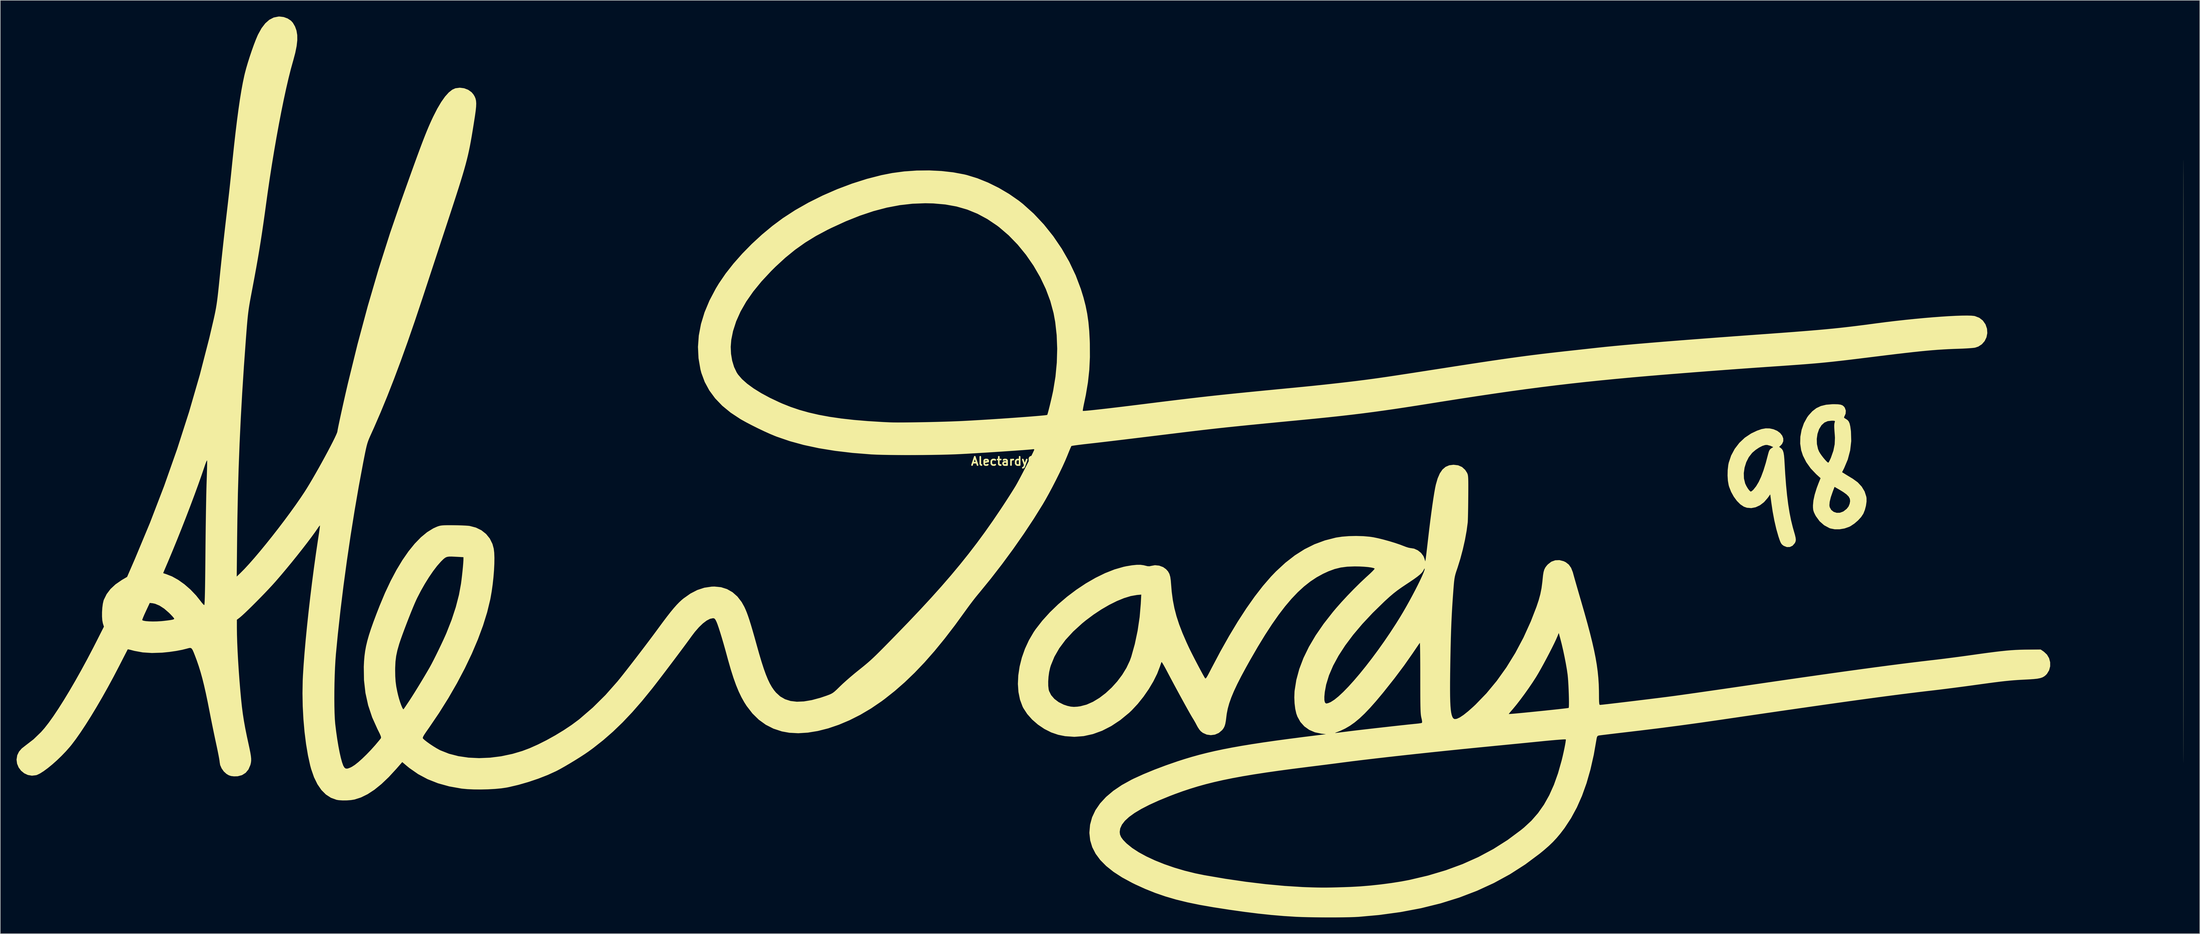
<source format=kicad_pcb>
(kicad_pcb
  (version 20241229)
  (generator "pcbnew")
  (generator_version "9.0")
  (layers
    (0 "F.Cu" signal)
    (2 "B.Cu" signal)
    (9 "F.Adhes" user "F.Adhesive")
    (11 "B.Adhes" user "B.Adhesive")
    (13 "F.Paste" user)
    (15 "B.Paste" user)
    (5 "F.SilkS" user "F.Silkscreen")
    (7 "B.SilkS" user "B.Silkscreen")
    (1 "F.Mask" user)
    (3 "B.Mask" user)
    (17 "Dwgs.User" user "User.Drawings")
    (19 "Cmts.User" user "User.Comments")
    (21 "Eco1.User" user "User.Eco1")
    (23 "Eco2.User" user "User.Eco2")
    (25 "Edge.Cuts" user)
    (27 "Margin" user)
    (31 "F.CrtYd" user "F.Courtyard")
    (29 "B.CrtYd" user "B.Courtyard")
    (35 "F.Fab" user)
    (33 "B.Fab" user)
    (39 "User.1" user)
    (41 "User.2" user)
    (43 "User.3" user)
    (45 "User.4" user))
  (footprint "Alectardy98"
    (layer "F.Cu")
    (at 182.751 82.084)
    (property "Reference" "Alectardy98" (at 0 0 0) (layer "F.SilkS") (effects (font (size 1.524 1.524) (thickness 0.3))))
    (attr board_only exclude_from_pos_files exclude_from_bom)
    (fp_poly (pts (xy 216.871 -55.55) (xy 216.873 -55.245) (xy 216.874 -54.706) (xy 216.875 -53.932) (xy 216.877 -52.918) (xy 216.879 -51.663) (xy 216.88 -50.164) (xy 216.882 -48.419) (xy 216.883 -46.423) (xy 216.884 -45.053) (xy 216.887 -41.079) (xy 216.889 -36.877) (xy 216.891 -32.474) (xy 216.893 -27.895) (xy 216.894 -23.168) (xy 216.896 -18.319) (xy 216.896 -13.373) (xy 216.897 -8.358) (xy 216.897 -3.299) (xy 216.897 1.777) (xy 216.897 6.844) (xy 216.897 11.875) (xy 216.896 16.844) (xy 216.895 21.725) (xy 216.893 26.492) (xy 216.892 31.117) (xy 216.89 35.576) (xy 216.888 39.841) (xy 216.885 43.887) (xy 216.884 45.053) (xy 216.883 47.205) (xy 216.881 49.106) (xy 216.879 50.759) (xy 216.878 52.165) (xy 216.876 53.329) (xy 216.875 54.252) (xy 216.873 54.937) (xy 216.872 55.387) (xy 216.871 55.606) (xy 216.869 55.594) (xy 216.868 55.357) (xy 216.867 54.895) (xy 216.865 54.211) (xy 216.864 53.309) (xy 216.863 52.192) (xy 216.862 50.861) (xy 216.861 49.32) (xy 216.86 47.571) (xy 216.859 45.617) (xy 216.858 43.461) (xy 216.857 41.105) (xy 216.856 38.553) (xy 216.856 35.806) (xy 216.855 32.869) (xy 216.854 29.742) (xy 216.854 26.43) (xy 216.853 22.935) (xy 216.853 19.259) (xy 216.853 15.406) (xy 216.852 11.377) (xy 216.852 7.177) (xy 216.852 2.806) (xy 216.852 0) (xy 216.852 -4.474) (xy 216.852 -8.781) (xy 216.853 -12.917) (xy 216.853 -16.88) (xy 216.853 -20.667) (xy 216.854 -24.275) (xy 216.854 -27.701) (xy 216.855 -30.944) (xy 216.855 -33.999) (xy 216.856 -36.865) (xy 216.857 -39.538) (xy 216.857 -42.017) (xy 216.858 -44.298) (xy 216.859 -46.378) (xy 216.86 -48.255) (xy 216.861 -49.925) (xy 216.862 -51.388) (xy 216.863 -52.638) (xy 216.865 -53.675) (xy 216.866 -54.495) (xy 216.867 -55.095) (xy 216.868 -55.473) (xy 216.87 -55.625)) (stroke (width 0) (type solid)) (fill yes) (layer "F.SilkS"))
    (fp_poly (pts (xy 140.557 -6.07) (xy 141.273 -5.916) (xy 141.964 -5.621) (xy 142.507 -5.217) (xy 142.886 -4.739) (xy 143.083 -4.221) (xy 143.082 -3.7) (xy 142.867 -3.209) (xy 142.653 -2.967) (xy 142.322 -2.659) (xy 142.599 -2.465) (xy 142.835 -2.256) (xy 143.01 -1.98) (xy 143.135 -1.594) (xy 143.223 -1.056) (xy 143.286 -0.326) (xy 143.308 0.064) (xy 143.443 2.353) (xy 143.599 4.415) (xy 143.782 6.273) (xy 143.994 7.955) (xy 144.239 9.484) (xy 144.52 10.886) (xy 144.84 12.187) (xy 145.033 12.864) (xy 145.234 13.564) (xy 145.354 14.075) (xy 145.397 14.45) (xy 145.368 14.74) (xy 145.269 14.996) (xy 145.207 15.108) (xy 144.807 15.571) (xy 144.306 15.815) (xy 143.749 15.83) (xy 143.18 15.608) (xy 143.101 15.557) (xy 142.888 15.393) (xy 142.72 15.201) (xy 142.57 14.928) (xy 142.409 14.521) (xy 142.21 13.928) (xy 142.186 13.855) (xy 141.796 12.495) (xy 141.437 10.941) (xy 141.121 9.251) (xy 140.893 7.721) (xy 140.679 6.107) (xy 140.198 6.778) (xy 139.536 7.538) (xy 138.791 8.109) (xy 137.995 8.48) (xy 137.179 8.638) (xy 136.376 8.573) (xy 135.807 8.373) (xy 135.161 7.943) (xy 134.531 7.311) (xy 133.952 6.525) (xy 133.462 5.638) (xy 133.094 4.698) (xy 133.012 4.41) (xy 132.868 3.587) (xy 132.808 2.623) (xy 132.819 2.181) (xy 135.801 2.181) (xy 135.831 3.171) (xy 136.05 4.071) (xy 136.089 4.169) (xy 136.298 4.6) (xy 136.55 5.015) (xy 136.802 5.354) (xy 137.011 5.557) (xy 137.09 5.588) (xy 137.268 5.502) (xy 137.517 5.291) (xy 137.567 5.239) (xy 138.073 4.608) (xy 138.546 3.819) (xy 138.995 2.854) (xy 139.428 1.692) (xy 139.853 0.315) (xy 140.278 -1.297) (xy 140.278 -1.297) (xy 140.42 -1.796) (xy 140.571 -2.114) (xy 140.769 -2.323) (xy 140.861 -2.387) (xy 141.235 -2.623) (xy 140.726 -2.853) (xy 140.109 -3.022) (xy 139.751 -3.007) (xy 139.235 -2.845) (xy 138.629 -2.535) (xy 138.007 -2.12) (xy 137.442 -1.647) (xy 137.318 -1.524) (xy 136.718 -0.751) (xy 136.257 0.163) (xy 135.947 1.159) (xy 135.801 2.181) (xy 132.819 2.181) (xy 132.832 1.618) (xy 132.94 0.671) (xy 133.025 0.254) (xy 133.467 -1.062) (xy 134.126 -2.293) (xy 134.976 -3.404) (xy 135.987 -4.357) (xy 137.132 -5.119) (xy 137.254 -5.183) (xy 138.235 -5.649) (xy 139.081 -5.946) (xy 139.84 -6.084)) (stroke (width 0) (type solid)) (fill yes) (layer "F.SilkS"))
    (fp_poly (pts (xy 153.162 -10.522) (xy 153.663 -10.453) (xy 154.018 -10.317) (xy 154.279 -10.096) (xy 154.436 -9.877) (xy 154.618 -9.358) (xy 154.581 -8.789) (xy 154.371 -8.309) (xy 154.284 -8.129) (xy 154.342 -7.996) (xy 154.585 -7.84) (xy 154.653 -7.803) (xy 154.945 -7.603) (xy 155.163 -7.336) (xy 155.324 -6.956) (xy 155.446 -6.421) (xy 155.545 -5.687) (xy 155.567 -5.479) (xy 155.619 -3.739) (xy 155.422 -2.016) (xy 154.98 -0.334) (xy 154.312 1.256) (xy 153.931 2.01) (xy 154.531 2.384) (xy 154.97 2.655) (xy 155.499 2.975) (xy 155.907 3.219) (xy 156.818 3.884) (xy 157.551 4.677) (xy 158.085 5.567) (xy 158.394 6.521) (xy 158.437 6.787) (xy 158.442 7.431) (xy 158.335 8.19) (xy 158.135 8.962) (xy 157.864 9.645) (xy 157.846 9.681) (xy 157.444 10.289) (xy 156.871 10.914) (xy 156.2 11.492) (xy 155.5 11.958) (xy 155.235 12.094) (xy 154.385 12.393) (xy 153.472 12.546) (xy 152.575 12.548) (xy 151.773 12.393) (xy 151.599 12.33) (xy 150.615 11.8) (xy 149.78 11.066) (xy 149.099 10.132) (xy 148.941 9.842) (xy 148.727 9.388) (xy 148.609 9.002) (xy 148.562 8.567) (xy 148.558 8.128) (xy 148.558 8.123) (xy 151.588 8.123) (xy 151.644 8.464) (xy 151.933 8.975) (xy 152.378 9.328) (xy 152.925 9.506) (xy 153.519 9.496) (xy 154.108 9.282) (xy 154.242 9.199) (xy 154.774 8.779) (xy 155.116 8.347) (xy 155.327 7.832) (xy 155.412 7.342) (xy 155.358 6.911) (xy 155.143 6.509) (xy 154.746 6.106) (xy 154.146 5.671) (xy 153.558 5.31) (xy 152.542 4.717) (xy 152.206 5.598) (xy 151.848 6.635) (xy 151.642 7.477) (xy 151.588 8.123) (xy 148.558 8.123) (xy 148.643 7.219) (xy 148.875 6.147) (xy 149.245 4.946) (xy 149.601 4.002) (xy 149.961 3.111) (xy 149.146 2.369) (xy 148.143 1.316) (xy 147.322 0.162) (xy 146.708 -1.052) (xy 146.384 -2.04) (xy 146.201 -3.267) (xy 146.223 -4.13) (xy 149.259 -4.13) (xy 149.289 -3.176) (xy 149.489 -2.272) (xy 149.67 -1.829) (xy 149.876 -1.474) (xy 150.167 -1.054) (xy 150.501 -0.622) (xy 150.835 -0.229) (xy 151.127 0.076) (xy 151.336 0.239) (xy 151.385 0.254) (xy 151.478 0.145) (xy 151.634 -0.144) (xy 151.825 -0.559) (xy 151.882 -0.694) (xy 152.323 -1.949) (xy 152.562 -3.139) (xy 152.613 -4.34) (xy 152.584 -4.826) (xy 152.521 -5.622) (xy 152.487 -6.21) (xy 152.481 -6.634) (xy 152.504 -6.938) (xy 152.555 -7.165) (xy 152.569 -7.207) (xy 152.612 -7.375) (xy 152.548 -7.46) (xy 152.324 -7.49) (xy 152.023 -7.493) (xy 151.276 -7.411) (xy 150.672 -7.149) (xy 150.156 -6.68) (xy 150.132 -6.652) (xy 149.687 -5.933) (xy 149.394 -5.07) (xy 149.259 -4.13) (xy 146.223 -4.13) (xy 146.233 -4.545) (xy 146.466 -5.818) (xy 146.889 -7.029) (xy 147.489 -8.12) (xy 147.745 -8.471) (xy 148.438 -9.236) (xy 149.18 -9.808) (xy 150.013 -10.203) (xy 150.976 -10.44) (xy 152.113 -10.537) (xy 152.461 -10.541)) (stroke (width 0) (type solid)) (fill yes) (layer "F.SilkS"))
    (fp_poly (pts (xy 83.121 0.739) (xy 83.834 1.052) (xy 84.411 1.579) (xy 84.746 2.095) (xy 84.82 2.247) (xy 84.879 2.406) (xy 84.923 2.604) (xy 84.956 2.868) (xy 84.977 3.229) (xy 84.99 3.717) (xy 84.994 4.361) (xy 84.993 5.19) (xy 84.987 6.235) (xy 84.984 6.604) (xy 84.975 7.624) (xy 84.963 8.593) (xy 84.947 9.475) (xy 84.93 10.23) (xy 84.912 10.822) (xy 84.893 11.213) (xy 84.886 11.303) (xy 84.681 12.844) (xy 84.374 14.528) (xy 83.98 16.275) (xy 83.52 18.004) (xy 83.011 19.637) (xy 82.941 19.841) (xy 82.76 20.373) (xy 82.623 20.821) (xy 82.519 21.242) (xy 82.439 21.689) (xy 82.372 22.218) (xy 82.31 22.884) (xy 82.243 23.744) (xy 82.236 23.841) (xy 82.125 25.373) (xy 82.03 26.824) (xy 81.95 28.238) (xy 81.881 29.661) (xy 81.823 31.135) (xy 81.773 32.707) (xy 81.73 34.421) (xy 81.692 36.32) (xy 81.673 37.401) (xy 81.646 39.224) (xy 81.631 40.81) (xy 81.628 42.178) (xy 81.638 43.344) (xy 81.663 44.327) (xy 81.703 45.144) (xy 81.759 45.813) (xy 81.832 46.352) (xy 81.923 46.777) (xy 82.033 47.106) (xy 82.163 47.357) (xy 82.207 47.422) (xy 82.469 47.576) (xy 82.876 47.524) (xy 83.427 47.267) (xy 84.119 46.807) (xy 84.333 46.637) (xy 92.456 46.637) (xy 92.577 46.637) (xy 92.919 46.613) (xy 93.452 46.568) (xy 94.144 46.506) (xy 94.963 46.428) (xy 95.879 46.339) (xy 96.861 46.241) (xy 97.876 46.138) (xy 98.895 46.034) (xy 99.886 45.93) (xy 100.818 45.831) (xy 101.66 45.739) (xy 102.38 45.658) (xy 102.947 45.591) (xy 103.33 45.541) (xy 103.498 45.511) (xy 103.503 45.509) (xy 103.535 45.348) (xy 103.552 44.976) (xy 103.556 44.434) (xy 103.548 43.765) (xy 103.528 43.011) (xy 103.5 42.213) (xy 103.463 41.414) (xy 103.419 40.656) (xy 103.369 39.98) (xy 103.316 39.429) (xy 103.309 39.37) (xy 103.174 38.431) (xy 102.982 37.323) (xy 102.75 36.123) (xy 102.492 34.905) (xy 102.223 33.745) (xy 101.972 32.766) (xy 101.677 31.686) (xy 101.423 32.322) (xy 101.181 32.879) (xy 100.835 33.611) (xy 100.409 34.471) (xy 99.927 35.415) (xy 99.412 36.396) (xy 98.89 37.37) (xy 98.383 38.29) (xy 97.916 39.111) (xy 97.512 39.788) (xy 97.468 39.858) (xy 96.832 40.842) (xy 96.115 41.895) (xy 95.358 42.961) (xy 94.6 43.985) (xy 93.882 44.911) (xy 93.245 45.684) (xy 93.142 45.803) (xy 92.825 46.17) (xy 92.586 46.458) (xy 92.464 46.62) (xy 92.456 46.637) (xy 84.333 46.637) (xy 84.952 46.144) (xy 85.924 45.28) (xy 86.335 44.893) (xy 88.339 42.82) (xy 90.235 40.529) (xy 92.013 38.04) (xy 93.66 35.369) (xy 95.166 32.534) (xy 96.519 29.554) (xy 97.563 26.86) (xy 97.974 25.632) (xy 98.277 24.522) (xy 98.495 23.431) (xy 98.649 22.26) (xy 98.689 21.851) (xy 98.773 21.051) (xy 98.871 20.448) (xy 99.004 19.986) (xy 99.192 19.608) (xy 99.453 19.258) (xy 99.677 19.013) (xy 100.304 18.528) (xy 101.022 18.268) (xy 101.793 18.236) (xy 102.579 18.437) (xy 102.968 18.627) (xy 103.528 19.063) (xy 103.955 19.668) (xy 104.272 20.475) (xy 104.331 20.69) (xy 104.416 21.006) (xy 104.563 21.531) (xy 104.761 22.229) (xy 105.001 23.065) (xy 105.272 24.005) (xy 105.564 25.014) (xy 105.785 25.77) (xy 106.42 27.973) (xy 106.974 29.962) (xy 107.451 31.762) (xy 107.857 33.398) (xy 108.195 34.894) (xy 108.472 36.275) (xy 108.691 37.566) (xy 108.857 38.793) (xy 108.975 39.979) (xy 109.051 41.151) (xy 109.087 42.332) (xy 109.093 43.049) (xy 109.098 43.813) (xy 109.113 44.353) (xy 109.143 44.703) (xy 109.189 44.894) (xy 109.254 44.957) (xy 109.262 44.958) (xy 109.449 44.943) (xy 109.859 44.9) (xy 110.465 44.832) (xy 111.238 44.743) (xy 112.149 44.636) (xy 113.17 44.515) (xy 114.274 44.383) (xy 115.431 44.244) (xy 116.613 44.1) (xy 117.791 43.956) (xy 118.938 43.814) (xy 120.026 43.679) (xy 121.024 43.553) (xy 121.906 43.44) (xy 122.492 43.364) (xy 123.185 43.271) (xy 124.101 43.144) (xy 125.21 42.989) (xy 126.484 42.808) (xy 127.894 42.607) (xy 129.41 42.389) (xy 131.004 42.159) (xy 132.646 41.921) (xy 134.309 41.678) (xy 135.763 41.465) (xy 139.548 40.91) (xy 143.096 40.394) (xy 146.419 39.914) (xy 149.531 39.469) (xy 152.446 39.057) (xy 155.176 38.676) (xy 157.735 38.325) (xy 160.135 38.001) (xy 162.391 37.702) (xy 164.516 37.428) (xy 166.522 37.176) (xy 168.424 36.944) (xy 170.233 36.73) (xy 171.006 36.641) (xy 171.931 36.532) (xy 173.038 36.394) (xy 174.26 36.237) (xy 175.528 36.07) (xy 176.772 35.901) (xy 177.863 35.749) (xy 179.504 35.518) (xy 180.927 35.326) (xy 182.165 35.167) (xy 183.25 35.04) (xy 184.215 34.94) (xy 185.094 34.866) (xy 185.918 34.812) (xy 186.72 34.778) (xy 187.534 34.758) (xy 188.087 34.752) (xy 190.564 34.734) (xy 191.154 35.145) (xy 191.724 35.682) (xy 192.109 36.344) (xy 192.304 37.079) (xy 192.307 37.837) (xy 192.113 38.569) (xy 191.717 39.224) (xy 191.495 39.459) (xy 191.206 39.694) (xy 190.88 39.875) (xy 190.476 40.012) (xy 189.955 40.114) (xy 189.276 40.19) (xy 188.4 40.249) (xy 187.96 40.272) (xy 187.091 40.316) (xy 186.293 40.363) (xy 185.53 40.418) (xy 184.765 40.484) (xy 183.961 40.566) (xy 183.08 40.666) (xy 182.086 40.79) (xy 180.943 40.94) (xy 179.612 41.122) (xy 178.499 41.276) (xy 177.26 41.446) (xy 175.922 41.625) (xy 174.549 41.804) (xy 173.21 41.975) (xy 171.97 42.13) (xy 170.895 42.259) (xy 170.625 42.29) (xy 169.227 42.453) (xy 167.788 42.625) (xy 166.294 42.809) (xy 164.733 43.005) (xy 163.091 43.217) (xy 161.356 43.445) (xy 159.515 43.692) (xy 157.556 43.959) (xy 155.464 44.248) (xy 153.229 44.561) (xy 150.835 44.899) (xy 148.272 45.265) (xy 145.526 45.66) (xy 142.584 46.085) (xy 139.434 46.544) (xy 136.062 47.036) (xy 132.457 47.565) (xy 131.255 47.742) (xy 127.555 48.275) (xy 123.954 48.769) (xy 120.354 49.237) (xy 116.657 49.693) (xy 114.3 49.971) (xy 113.189 50.101) (xy 112.151 50.224) (xy 111.212 50.336) (xy 110.402 50.435) (xy 109.751 50.515) (xy 109.286 50.574) (xy 109.036 50.609) (xy 109.009 50.614) (xy 108.814 50.72) (xy 108.698 50.976) (xy 108.652 51.212) (xy 108.136 54.164) (xy 107.519 56.894) (xy 106.797 59.415) (xy 105.964 61.741) (xy 105.015 63.885) (xy 103.945 65.861) (xy 102.749 67.683) (xy 101.97 68.705) (xy 101.294 69.511) (xy 100.607 70.249) (xy 99.855 70.972) (xy 98.984 71.733) (xy 98.161 72.409) (xy 95.493 74.4) (xy 92.681 76.205) (xy 89.718 77.824) (xy 86.602 79.258) (xy 83.327 80.511) (xy 79.888 81.583) (xy 76.281 82.475) (xy 72.502 83.191) (xy 68.545 83.73) (xy 64.77 84.07) (xy 64.026 84.109) (xy 63.074 84.14) (xy 61.957 84.161) (xy 60.722 84.174) (xy 59.412 84.177) (xy 58.073 84.173) (xy 56.75 84.159) (xy 55.488 84.137) (xy 54.331 84.107) (xy 53.325 84.068) (xy 53.15 84.059) (xy 50.948 83.921) (xy 48.66 83.726) (xy 46.253 83.471) (xy 43.699 83.152) (xy 40.964 82.766) (xy 38.019 82.309) (xy 37.91 82.291) (xy 35.435 81.858) (xy 33.172 81.39) (xy 31.081 80.876) (xy 29.121 80.302) (xy 27.251 79.657) (xy 25.431 78.928) (xy 23.619 78.104) (xy 22.987 77.794) (xy 21.147 76.797) (xy 19.557 75.765) (xy 18.214 74.693) (xy 17.115 73.581) (xy 16.258 72.423) (xy 15.641 71.218) (xy 15.26 69.963) (xy 15.115 68.655) (xy 15.113 68.487) (xy 15.121 68.398) (xy 20.701 68.398) (xy 20.761 68.883) (xy 20.96 69.355) (xy 21.322 69.857) (xy 21.875 70.432) (xy 22.017 70.565) (xy 23.005 71.365) (xy 24.218 72.155) (xy 25.63 72.924) (xy 27.21 73.66) (xy 28.932 74.352) (xy 30.766 74.987) (xy 32.686 75.556) (xy 34.661 76.045) (xy 36.322 76.383) (xy 40.186 77.044) (xy 43.956 77.596) (xy 47.603 78.037) (xy 51.096 78.362) (xy 54.405 78.569) (xy 55.245 78.603) (xy 56.233 78.635) (xy 57.131 78.657) (xy 57.989 78.668) (xy 58.856 78.667) (xy 59.782 78.654) (xy 60.817 78.629) (xy 62.009 78.592) (xy 63.309 78.545) (xy 65.071 78.449) (xy 66.964 78.291) (xy 68.908 78.08) (xy 70.826 77.827) (xy 72.64 77.54) (xy 74.105 77.263) (xy 77.57 76.447) (xy 80.843 75.472) (xy 83.935 74.335) (xy 86.855 73.03) (xy 89.614 71.552) (xy 92.223 69.897) (xy 94.691 68.06) (xy 95.265 67.591) (xy 96.628 66.33) (xy 97.851 64.927) (xy 98.946 63.366) (xy 99.919 61.631) (xy 100.782 59.705) (xy 101.541 57.572) (xy 102.208 55.216) (xy 102.217 55.181) (xy 102.402 54.416) (xy 102.575 53.65) (xy 102.728 52.927) (xy 102.852 52.289) (xy 102.938 51.779) (xy 102.979 51.441) (xy 102.974 51.327) (xy 102.843 51.315) (xy 102.489 51.328) (xy 101.943 51.364) (xy 101.235 51.419) (xy 100.395 51.491) (xy 99.454 51.579) (xy 98.87 51.636) (xy 97.71 51.752) (xy 96.368 51.885) (xy 94.913 52.029) (xy 93.416 52.176) (xy 91.946 52.32) (xy 90.573 52.454) (xy 90.043 52.505) (xy 87.005 52.803) (xy 83.997 53.104) (xy 81.039 53.407) (xy 78.154 53.708) (xy 75.364 54.006) (xy 72.69 54.298) (xy 70.155 54.581) (xy 67.781 54.854) (xy 65.589 55.113) (xy 63.601 55.357) (xy 61.839 55.583) (xy 61.468 55.632) (xy 60.869 55.711) (xy 60.067 55.814) (xy 59.114 55.936) (xy 58.057 56.07) (xy 56.949 56.209) (xy 55.837 56.348) (xy 55.499 56.39) (xy 52.659 56.752) (xy 50.052 57.101) (xy 47.658 57.443) (xy 45.455 57.782) (xy 43.423 58.122) (xy 41.543 58.469) (xy 39.793 58.825) (xy 38.152 59.195) (xy 36.6 59.584) (xy 35.117 59.996) (xy 33.683 60.436) (xy 32.275 60.907) (xy 30.875 61.414) (xy 29.879 61.796) (xy 27.901 62.607) (xy 26.171 63.394) (xy 24.686 64.159) (xy 23.442 64.904) (xy 22.435 65.633) (xy 21.661 66.347) (xy 21.117 67.051) (xy 20.798 67.747) (xy 20.701 68.398) (xy 15.121 68.398) (xy 15.237 67.069) (xy 15.608 65.703) (xy 16.224 64.392) (xy 17.082 63.138) (xy 18.181 61.945) (xy 19.517 60.814) (xy 21.089 59.749) (xy 22.894 58.753) (xy 23.305 58.552) (xy 25.098 57.737) (xy 27.093 56.914) (xy 29.239 56.105) (xy 31.357 55.371) (xy 32.672 54.947) (xy 33.995 54.55) (xy 35.346 54.175) (xy 36.743 53.82) (xy 38.207 53.479) (xy 39.755 53.151) (xy 41.407 52.83) (xy 43.182 52.514) (xy 45.099 52.2) (xy 47.178 51.882) (xy 49.437 51.559) (xy 51.896 51.226) (xy 54.573 50.879) (xy 56.896 50.589) (xy 58.737 50.362) (xy 57.889 50.265) (xy 57.248 50.13) (xy 60.418 50.13) (xy 60.486 50.14) (xy 60.752 50.109) (xy 60.77 50.106) (xy 61.071 50.068) (xy 61.567 50.005) (xy 62.201 49.925) (xy 62.915 49.836) (xy 63.309 49.787) (xy 64.013 49.701) (xy 64.886 49.597) (xy 65.891 49.48) (xy 66.993 49.353) (xy 68.156 49.22) (xy 69.345 49.086) (xy 70.523 48.954) (xy 71.656 48.828) (xy 72.708 48.713) (xy 73.643 48.611) (xy 74.425 48.529) (xy 75.018 48.468) (xy 75.33 48.439) (xy 75.812 48.388) (xy 76.198 48.332) (xy 76.416 48.281) (xy 76.431 48.274) (xy 76.48 48.097) (xy 76.425 47.696) (xy 76.349 47.37) (xy 76.301 47.157) (xy 76.26 46.909) (xy 76.227 46.603) (xy 76.2 46.217) (xy 76.179 45.727) (xy 76.163 45.111) (xy 76.151 44.346) (xy 76.143 43.41) (xy 76.139 42.279) (xy 76.137 40.931) (xy 76.136 39.98) (xy 76.135 38.718) (xy 76.131 37.54) (xy 76.124 36.468) (xy 76.115 35.526) (xy 76.104 34.735) (xy 76.091 34.121) (xy 76.077 33.706) (xy 76.062 33.513) (xy 76.057 33.503) (xy 75.963 33.632) (xy 75.752 33.937) (xy 75.448 34.381) (xy 75.078 34.927) (xy 74.736 35.433) (xy 73.156 37.689) (xy 71.375 40.066) (xy 69.406 42.548) (xy 69.162 42.847) (xy 67.962 44.28) (xy 66.87 45.513) (xy 65.865 46.565) (xy 64.925 47.453) (xy 64.028 48.196) (xy 63.154 48.814) (xy 62.281 49.323) (xy 61.388 49.743) (xy 60.929 49.924) (xy 60.562 50.063) (xy 60.418 50.13) (xy 57.248 50.13) (xy 56.706 50.016) (xy 55.656 49.564) (xy 54.756 48.922) (xy 54.024 48.105) (xy 53.478 47.125) (xy 53.269 46.545) (xy 53.075 45.679) (xy 52.951 44.658) (xy 52.905 43.577) (xy 52.91 43.446) (xy 58.445 43.446) (xy 58.451 44.079) (xy 58.545 44.488) (xy 58.728 44.68) (xy 58.839 44.698) (xy 59.119 44.637) (xy 59.496 44.488) (xy 59.65 44.413) (xy 60.305 43.992) (xy 61.072 43.369) (xy 61.936 42.562) (xy 62.883 41.588) (xy 63.897 40.464) (xy 64.965 39.21) (xy 66.072 37.842) (xy 67.203 36.379) (xy 68.344 34.839) (xy 69.48 33.239) (xy 70.596 31.597) (xy 71.679 29.931) (xy 72.419 28.744) (xy 72.973 27.818) (xy 73.542 26.831) (xy 74.111 25.811) (xy 74.666 24.786) (xy 75.193 23.785) (xy 75.677 22.834) (xy 76.104 21.963) (xy 76.46 21.2) (xy 76.73 20.572) (xy 76.901 20.107) (xy 76.957 19.836) (xy 76.914 19.786) (xy 76.812 19.946) (xy 76.784 20.007) (xy 76.629 20.292) (xy 76.399 20.585) (xy 76.067 20.908) (xy 75.609 21.28) (xy 74.999 21.724) (xy 74.212 22.261) (xy 73.589 22.672) (xy 72.675 23.284) (xy 71.9 23.837) (xy 71.192 24.389) (xy 70.475 25) (xy 69.676 25.727) (xy 69.491 25.9) (xy 67.358 27.983) (xy 65.446 30.026) (xy 63.758 32.025) (xy 62.297 33.976) (xy 61.066 35.873) (xy 60.067 37.714) (xy 59.304 39.493) (xy 58.779 41.207) (xy 58.525 42.581) (xy 58.445 43.446) (xy 52.91 43.446) (xy 52.943 42.527) (xy 52.962 42.323) (xy 53.278 40.337) (xy 53.82 38.333) (xy 54.591 36.303) (xy 55.595 34.24) (xy 56.834 32.139) (xy 58.312 29.992) (xy 60.033 27.794) (xy 60.621 27.095) (xy 61.614 25.97) (xy 62.722 24.775) (xy 63.883 23.576) (xy 65.035 22.434) (xy 66.115 21.416) (xy 66.407 21.152) (xy 66.893 20.706) (xy 67.294 20.315) (xy 67.579 20.013) (xy 67.718 19.83) (xy 67.723 19.794) (xy 67.496 19.69) (xy 67.058 19.596) (xy 66.452 19.514) (xy 65.722 19.451) (xy 64.911 19.411) (xy 64.062 19.398) (xy 64.008 19.398) (xy 62.665 19.449) (xy 61.476 19.602) (xy 60.356 19.878) (xy 59.219 20.295) (xy 58.203 20.763) (xy 57.014 21.416) (xy 55.848 22.193) (xy 54.693 23.105) (xy 53.542 24.163) (xy 52.384 25.38) (xy 51.211 26.765) (xy 50.014 28.33) (xy 48.783 30.087) (xy 47.508 32.047) (xy 46.182 34.22) (xy 44.794 36.619) (xy 44.002 38.036) (xy 43.12 39.669) (xy 42.379 41.123) (xy 41.77 42.422) (xy 41.282 43.593) (xy 40.905 44.659) (xy 40.631 45.646) (xy 40.447 46.578) (xy 40.381 47.085) (xy 40.285 47.867) (xy 40.179 48.452) (xy 40.045 48.894) (xy 39.866 49.249) (xy 39.624 49.574) (xy 39.58 49.624) (xy 38.974 50.135) (xy 38.265 50.441) (xy 37.505 50.542) (xy 36.744 50.434) (xy 36.035 50.116) (xy 35.642 49.809) (xy 35.382 49.5) (xy 35.1 49.071) (xy 34.934 48.768) (xy 34.663 48.254) (xy 34.338 47.688) (xy 34.142 47.371) (xy 33.95 47.052) (xy 33.656 46.541) (xy 33.278 45.869) (xy 32.833 45.069) (xy 32.339 44.17) (xy 31.812 43.207) (xy 31.271 42.21) (xy 30.732 41.211) (xy 30.214 40.241) (xy 29.733 39.334) (xy 29.395 38.691) (xy 29.079 38.099) (xy 28.803 37.606) (xy 28.586 37.247) (xy 28.45 37.057) (xy 28.416 37.04) (xy 28.347 37.212) (xy 28.231 37.545) (xy 28.133 37.846) (xy 27.619 39.189) (xy 26.918 40.604) (xy 26.064 42.04) (xy 25.091 43.445) (xy 24.035 44.767) (xy 22.928 45.955) (xy 22.437 46.42) (xy 20.81 47.759) (xy 19.15 48.86) (xy 17.466 49.723) (xy 15.764 50.343) (xy 14.053 50.719) (xy 12.341 50.849) (xy 10.635 50.73) (xy 9.367 50.476) (xy 8.073 50.034) (xy 6.811 49.396) (xy 5.625 48.595) (xy 4.555 47.665) (xy 3.643 46.637) (xy 2.932 45.547) (xy 2.787 45.261) (xy 2.315 43.993) (xy 2.029 42.59) (xy 1.925 41.081) (xy 1.946 40.631) (xy 7.516 40.631) (xy 7.524 41.438) (xy 7.602 42.109) (xy 7.673 42.387) (xy 8.056 43.154) (xy 8.656 43.848) (xy 9.44 44.442) (xy 10.374 44.91) (xy 11.063 45.138) (xy 11.678 45.274) (xy 12.251 45.322) (xy 12.885 45.285) (xy 13.447 45.206) (xy 14.596 44.904) (xy 15.775 44.382) (xy 16.957 43.666) (xy 18.114 42.783) (xy 19.22 41.76) (xy 20.245 40.624) (xy 21.164 39.401) (xy 21.947 38.118) (xy 22.569 36.802) (xy 22.834 36.068) (xy 23.486 33.736) (xy 24.007 31.265) (xy 24.38 28.743) (xy 24.589 26.301) (xy 24.678 24.598) (xy 23.863 24.674) (xy 22.749 24.868) (xy 21.508 25.247) (xy 20.17 25.795) (xy 18.766 26.496) (xy 17.324 27.334) (xy 15.874 28.295) (xy 14.448 29.363) (xy 13.78 29.909) (xy 12.121 31.421) (xy 10.714 32.951) (xy 9.56 34.501) (xy 8.658 36.072) (xy 8.007 37.664) (xy 7.873 38.1) (xy 7.693 38.893) (xy 7.573 39.76) (xy 7.516 40.631) (xy 1.946 40.631) (xy 1.999 39.497) (xy 2.244 37.868) (xy 2.655 36.226) (xy 3.229 34.599) (xy 3.958 33.019) (xy 4.839 31.515) (xy 5.201 30.986) (xy 6.43 29.407) (xy 7.823 27.869) (xy 9.353 26.392) (xy 10.989 24.996) (xy 12.702 23.703) (xy 14.463 22.531) (xy 16.244 21.503) (xy 18.014 20.637) (xy 19.744 19.954) (xy 21.406 19.475) (xy 21.907 19.369) (xy 22.962 19.193) (xy 23.821 19.104) (xy 24.527 19.1) (xy 25.123 19.181) (xy 25.34 19.236) (xy 25.834 19.355) (xy 26.192 19.371) (xy 26.449 19.312) (xy 27.205 19.175) (xy 27.988 19.253) (xy 28.722 19.531) (xy 29.253 19.914) (xy 29.614 20.318) (xy 29.866 20.77) (xy 30.031 21.329) (xy 30.131 22.055) (xy 30.159 22.424) (xy 30.296 24.078) (xy 30.503 25.627) (xy 30.793 27.117) (xy 31.178 28.596) (xy 31.672 30.112) (xy 32.288 31.711) (xy 33.038 33.441) (xy 33.46 34.353) (xy 33.73 34.911) (xy 34.075 35.6) (xy 34.469 36.372) (xy 34.889 37.181) (xy 35.308 37.978) (xy 35.701 38.714) (xy 36.043 39.342) (xy 36.31 39.813) (xy 36.402 39.968) (xy 36.47 40.055) (xy 36.544 40.071) (xy 36.642 39.99) (xy 36.783 39.785) (xy 36.985 39.431) (xy 37.265 38.902) (xy 37.632 38.19) (xy 39.265 35.101) (xy 40.882 32.228) (xy 42.478 29.576) (xy 44.051 27.151) (xy 45.597 24.958) (xy 47.113 23.002) (xy 48.595 21.288) (xy 49.523 20.322) (xy 51.26 18.718) (xy 53.008 17.356) (xy 54.789 16.225) (xy 56.625 15.31) (xy 58.537 14.602) (xy 60.547 14.086) (xy 60.639 14.068) (xy 61.728 13.905) (xy 62.976 13.808) (xy 64.298 13.778) (xy 65.61 13.815) (xy 66.824 13.921) (xy 67.498 14.022) (xy 68.376 14.206) (xy 69.385 14.456) (xy 70.444 14.75) (xy 71.475 15.065) (xy 72.398 15.377) (xy 73.011 15.613) (xy 73.501 15.799) (xy 73.941 15.937) (xy 74.247 16.001) (xy 74.281 16.003) (xy 75 16.118) (xy 75.686 16.434) (xy 76.278 16.905) (xy 76.716 17.49) (xy 76.885 17.893) (xy 77.059 18.479) (xy 77.132 18.034) (xy 77.165 17.791) (xy 77.223 17.334) (xy 77.3 16.702) (xy 77.391 15.931) (xy 77.493 15.062) (xy 77.597 14.161) (xy 77.791 12.507) (xy 77.988 10.92) (xy 78.184 9.427) (xy 78.374 8.055) (xy 78.555 6.829) (xy 78.724 5.778) (xy 78.876 4.927) (xy 79.003 4.318) (xy 79.339 3.153) (xy 79.744 2.223) (xy 80.228 1.517) (xy 80.801 1.026) (xy 81.473 0.736) (xy 82.255 0.638) (xy 82.268 0.638)) (stroke (width 0) (type solid)) (fill yes) (layer "F.SilkS"))
    (fp_poly (pts (xy -133.472 -81.987) (xy -132.745 -81.718) (xy -132.132 -81.312) (xy -131.785 -80.929) (xy -131.387 -80.24) (xy -131.119 -79.491) (xy -130.981 -78.659) (xy -130.972 -77.715) (xy -131.093 -76.634) (xy -131.343 -75.39) (xy -131.722 -73.957) (xy -131.774 -73.781) (xy -132.174 -72.336) (xy -132.593 -70.663) (xy -133.027 -68.788) (xy -133.47 -66.736) (xy -133.918 -64.531) (xy -134.367 -62.199) (xy -134.811 -59.765) (xy -135.246 -57.253) (xy -135.667 -54.69) (xy -136.068 -52.101) (xy -136.447 -49.509) (xy -136.655 -48.006) (xy -136.941 -45.915) (xy -137.208 -44.024) (xy -137.463 -42.283) (xy -137.715 -40.639) (xy -137.972 -39.041) (xy -138.243 -37.437) (xy -138.536 -35.776) (xy -138.859 -34.006) (xy -139.221 -32.076) (xy -139.379 -31.242) (xy -139.556 -30.305) (xy -139.704 -29.498) (xy -139.827 -28.778) (xy -139.931 -28.104) (xy -140.021 -27.433) (xy -140.103 -26.722) (xy -140.181 -25.93) (xy -140.26 -25.014) (xy -140.347 -23.933) (xy -140.445 -22.643) (xy -140.453 -22.543) (xy -140.818 -17.491) (xy -141.131 -12.632) (xy -141.396 -7.913) (xy -141.616 -3.279) (xy -141.791 1.326) (xy -141.926 5.956) (xy -142.021 10.665) (xy -142.067 14.097) (xy -142.143 21.273) (xy -141.481 20.637) (xy -140.719 19.868) (xy -139.839 18.914) (xy -138.864 17.804) (xy -137.817 16.566) (xy -136.72 15.229) (xy -135.594 13.82) (xy -134.464 12.369) (xy -133.349 10.902) (xy -132.274 9.448) (xy -131.26 8.037) (xy -130.33 6.694) (xy -129.636 5.652) (xy -129.195 4.955) (xy -128.698 4.138) (xy -128.16 3.226) (xy -127.595 2.246) (xy -127.016 1.224) (xy -126.439 0.186) (xy -125.877 -0.842) (xy -125.344 -1.832) (xy -124.856 -2.76) (xy -124.426 -3.599) (xy -124.068 -4.322) (xy -123.797 -4.904) (xy -123.626 -5.317) (xy -123.571 -5.53) (xy -123.544 -5.721) (xy -123.466 -6.129) (xy -123.345 -6.723) (xy -123.187 -7.473) (xy -122.999 -8.348) (xy -122.787 -9.317) (xy -122.558 -10.351) (xy -122.319 -11.418) (xy -122.077 -12.488) (xy -121.837 -13.53) (xy -121.646 -14.351) (xy -119.865 -21.607) (xy -117.975 -28.648) (xy -115.974 -35.488) (xy -113.855 -42.145) (xy -111.962 -47.659) (xy -111.204 -49.793) (xy -110.522 -51.703) (xy -109.911 -53.408) (xy -109.364 -54.924) (xy -108.874 -56.268) (xy -108.435 -57.458) (xy -108.041 -58.51) (xy -107.684 -59.442) (xy -107.359 -60.27) (xy -107.059 -61.012) (xy -106.777 -61.685) (xy -106.507 -62.305) (xy -106.243 -62.891) (xy -105.978 -63.458) (xy -105.906 -63.609) (xy -105.158 -65.077) (xy -104.428 -66.313) (xy -103.721 -67.313) (xy -103.038 -68.073) (xy -102.384 -68.59) (xy -101.811 -68.845) (xy -101.007 -68.948) (xy -100.202 -68.846) (xy -99.455 -68.561) (xy -98.826 -68.112) (xy -98.484 -67.706) (xy -98.261 -67.332) (xy -98.103 -66.955) (xy -98.007 -66.537) (xy -97.971 -66.039) (xy -97.995 -65.424) (xy -98.076 -64.652) (xy -98.212 -63.685) (xy -98.282 -63.235) (xy -98.472 -62.03) (xy -98.647 -60.942) (xy -98.813 -59.95) (xy -98.975 -59.032) (xy -99.138 -58.166) (xy -99.31 -57.33) (xy -99.494 -56.502) (xy -99.699 -55.66) (xy -99.928 -54.783) (xy -100.188 -53.849) (xy -100.485 -52.836) (xy -100.825 -51.721) (xy -101.212 -50.484) (xy -101.654 -49.102) (xy -102.156 -47.553) (xy -102.723 -45.816) (xy -103.362 -43.869) (xy -103.651 -42.989) (xy -104.161 -41.439) (xy -104.7 -39.798) (xy -105.254 -38.113) (xy -105.808 -36.425) (xy -106.349 -34.78) (xy -106.862 -33.219) (xy -107.332 -31.788) (xy -107.745 -30.53) (xy -107.95 -29.909) (xy -109.297 -25.873) (xy -110.61 -22.076) (xy -111.892 -18.506) (xy -113.148 -15.151) (xy -114.382 -11.999) (xy -115.6 -9.038) (xy -116.805 -6.256) (xy -117.364 -5.016) (xy -117.585 -4.529) (xy -117.765 -4.109) (xy -117.916 -3.718) (xy -118.049 -3.314) (xy -118.174 -2.86) (xy -118.303 -2.315) (xy -118.447 -1.639) (xy -118.616 -0.793) (xy -118.82 0.254) (xy -119.628 4.588) (xy -120.402 9.084) (xy -121.136 13.683) (xy -121.821 18.326) (xy -122.449 22.957) (xy -123.01 27.515) (xy -123.498 31.944) (xy -123.848 35.56) (xy -123.938 36.737) (xy -124.012 38.052) (xy -124.07 39.463) (xy -124.112 40.926) (xy -124.135 42.399) (xy -124.141 43.84) (xy -124.129 45.204) (xy -124.099 46.449) (xy -124.05 47.533) (xy -123.981 48.412) (xy -123.97 48.514) (xy -123.796 49.938) (xy -123.6 51.303) (xy -123.388 52.577) (xy -123.166 53.73) (xy -122.94 54.729) (xy -122.716 55.542) (xy -122.502 56.139) (xy -122.469 56.21) (xy -122.262 56.549) (xy -122.012 56.713) (xy -121.677 56.706) (xy -121.212 56.533) (xy -120.883 56.366) (xy -120.356 56.026) (xy -119.712 55.514) (xy -118.981 54.861) (xy -118.198 54.1) (xy -117.393 53.262) (xy -116.6 52.38) (xy -115.851 51.486) (xy -115.588 51.153) (xy -115.532 51.037) (xy -115.536 50.873) (xy -115.615 50.622) (xy -115.781 50.242) (xy -116.051 49.695) (xy -116.18 49.439) (xy -117.162 47.257) (xy -117.902 45.035) (xy -118.403 42.755) (xy -118.671 40.396) (xy -118.7 38.544) (xy -112.923 38.544) (xy -112.905 39.667) (xy -112.841 40.64) (xy -112.719 41.565) (xy -112.526 42.543) (xy -112.377 43.18) (xy -112.206 43.815) (xy -112.016 44.426) (xy -111.823 44.969) (xy -111.643 45.402) (xy -111.494 45.683) (xy -111.391 45.769) (xy -111.379 45.76) (xy -111.278 45.622) (xy -111.065 45.312) (xy -110.769 44.872) (xy -110.415 44.343) (xy -110.275 44.133) (xy -109.837 43.455) (xy -109.307 42.614) (xy -108.72 41.665) (xy -108.111 40.664) (xy -107.514 39.668) (xy -106.963 38.733) (xy -106.525 37.973) (xy -106.211 37.396) (xy -105.82 36.642) (xy -105.381 35.767) (xy -104.92 34.826) (xy -104.463 33.874) (xy -104.038 32.968) (xy -103.672 32.161) (xy -103.465 31.686) (xy -102.513 29.264) (xy -101.741 26.909) (xy -101.157 24.65) (xy -100.782 22.606) (xy -100.686 21.883) (xy -100.591 21.084) (xy -100.502 20.265) (xy -100.426 19.488) (xy -100.369 18.81) (xy -100.336 18.291) (xy -100.33 18.085) (xy -100.33 17.692) (xy -101.818 17.612) (xy -102.508 17.58) (xy -103.008 17.585) (xy -103.382 17.648) (xy -103.693 17.791) (xy -104.004 18.036) (xy -104.38 18.404) (xy -104.5 18.527) (xy -105.182 19.299) (xy -105.919 20.267) (xy -106.683 21.384) (xy -107.444 22.606) (xy -108.173 23.889) (xy -108.843 25.186) (xy -109.021 25.557) (xy -109.291 26.16) (xy -109.626 26.952) (xy -110.006 27.884) (xy -110.411 28.904) (xy -110.821 29.963) (xy -111.219 31.009) (xy -111.583 31.994) (xy -111.895 32.865) (xy -112.134 33.574) (xy -112.181 33.722) (xy -112.512 34.879) (xy -112.734 35.921) (xy -112.864 36.956) (xy -112.918 38.091) (xy -112.923 38.544) (xy -118.7 38.544) (xy -118.71 37.94) (xy -118.708 37.883) (xy -118.661 36.89) (xy -118.582 35.951) (xy -118.461 35.034) (xy -118.29 34.108) (xy -118.061 33.141) (xy -117.766 32.102) (xy -117.396 30.958) (xy -116.943 29.677) (xy -116.4 28.228) (xy -115.793 26.67) (xy -114.794 24.282) (xy -113.755 22.074) (xy -112.683 20.054) (xy -111.583 18.231) (xy -110.463 16.615) (xy -109.327 15.212) (xy -108.183 14.032) (xy -107.036 13.083) (xy -105.892 12.374) (xy -105.195 12.061) (xy -104.907 11.959) (xy -104.627 11.886) (xy -104.308 11.837) (xy -103.902 11.808) (xy -103.363 11.795) (xy -102.642 11.794) (xy -102.169 11.797) (xy -101.375 11.809) (xy -100.616 11.832) (xy -99.951 11.863) (xy -99.438 11.899) (xy -99.185 11.929) (xy -98.025 12.233) (xy -97.007 12.734) (xy -96.148 13.415) (xy -95.466 14.26) (xy -94.977 15.251) (xy -94.743 16.115) (xy -94.653 16.857) (xy -94.617 17.803) (xy -94.631 18.908) (xy -94.691 20.129) (xy -94.796 21.422) (xy -94.941 22.742) (xy -95.124 24.045) (xy -95.342 25.287) (xy -95.39 25.527) (xy -95.955 27.856) (xy -96.715 30.31) (xy -97.663 32.867) (xy -98.785 35.507) (xy -100.073 38.206) (xy -101.516 40.943) (xy -103.103 43.697) (xy -104.824 46.444) (xy -106.669 49.165) (xy -106.796 49.345) (xy -107.238 49.977) (xy -107.545 50.437) (xy -107.732 50.758) (xy -107.818 50.97) (xy -107.82 51.105) (xy -107.79 51.161) (xy -107.517 51.424) (xy -107.078 51.771) (xy -106.528 52.166) (xy -105.922 52.569) (xy -105.316 52.942) (xy -104.767 53.249) (xy -104.583 53.341) (xy -103 53.967) (xy -101.263 54.415) (xy -99.401 54.687) (xy -97.444 54.78) (xy -95.419 54.696) (xy -93.355 54.434) (xy -91.281 53.993) (xy -89.491 53.464) (xy -88.099 52.938) (xy -86.584 52.261) (xy -85 51.464) (xy -83.403 50.577) (xy -81.847 49.631) (xy -80.387 48.657) (xy -79.078 47.685) (xy -78.93 47.567) (xy -76.469 45.444) (xy -74.141 43.137) (xy -71.935 40.64) (xy -71.462 40.059) (xy -70.864 39.308) (xy -70.168 38.421) (xy -69.398 37.431) (xy -68.582 36.373) (xy -67.745 35.281) (xy -66.914 34.189) (xy -66.115 33.13) (xy -65.373 32.14) (xy -64.714 31.25) (xy -64.476 30.924) (xy -63.579 29.706) (xy -62.803 28.676) (xy -62.128 27.813) (xy -61.535 27.094) (xy -61.005 26.496) (xy -60.519 25.995) (xy -60.056 25.57) (xy -59.764 25.326) (xy -58.481 24.417) (xy -57.199 23.753) (xy -55.898 23.326) (xy -54.56 23.13) (xy -54.038 23.114) (xy -52.829 23.233) (xy -51.713 23.586) (xy -50.699 24.165) (xy -49.797 24.964) (xy -49.018 25.975) (xy -48.529 26.852) (xy -48.303 27.344) (xy -48.077 27.896) (xy -47.843 28.533) (xy -47.591 29.283) (xy -47.313 30.173) (xy -47 31.23) (xy -46.643 32.48) (xy -46.246 33.909) (xy -45.775 35.581) (xy -45.343 37.027) (xy -44.941 38.27) (xy -44.56 39.332) (xy -44.19 40.236) (xy -43.823 41.005) (xy -43.448 41.663) (xy -43.056 42.232) (xy -42.683 42.686) (xy -41.909 43.394) (xy -41.016 43.91) (xy -39.994 44.236) (xy -38.838 44.37) (xy -37.539 44.314) (xy -36.089 44.069) (xy -34.482 43.635) (xy -33.362 43.255) (xy -32.884 43.077) (xy -32.514 42.915) (xy -32.197 42.73) (xy -31.878 42.485) (xy -31.5 42.141) (xy -31.008 41.66) (xy -30.921 41.574) (xy -30.383 41.061) (xy -29.708 40.452) (xy -28.964 39.804) (xy -28.215 39.174) (xy -27.75 38.796) (xy -27.123 38.293) (xy -26.578 37.853) (xy -26.092 37.451) (xy -25.641 37.066) (xy -25.2 36.674) (xy -24.744 36.252) (xy -24.249 35.778) (xy -23.691 35.228) (xy -23.046 34.581) (xy -22.288 33.812) (xy -21.393 32.899) (xy -20.714 32.204) (xy -18.334 29.747) (xy -16.134 27.426) (xy -14.093 25.217) (xy -12.194 23.099) (xy -10.417 21.047) (xy -8.743 19.038) (xy -7.153 17.05) (xy -5.627 15.06) (xy -4.148 13.045) (xy -2.695 10.981) (xy -1.25 8.845) (xy -0.734 8.063) (xy -0.225 7.284) (xy 0.282 6.496) (xy 0.755 5.753) (xy 1.162 5.105) (xy 1.47 4.604) (xy 1.527 4.508) (xy 1.751 4.115) (xy 2.045 3.576) (xy 2.392 2.927) (xy 2.774 2.202) (xy 3.172 1.436) (xy 3.57 0.662) (xy 3.949 -0.083) (xy 4.292 -0.766) (xy 4.581 -1.352) (xy 4.798 -1.807) (xy 4.926 -2.096) (xy 4.953 -2.18) (xy 4.849 -2.242) (xy 4.667 -2.227) (xy 4.461 -2.201) (xy 4.029 -2.161) (xy 3.398 -2.11) (xy 2.597 -2.05) (xy 1.653 -1.981) (xy 0.592 -1.907) (xy -0.556 -1.829) (xy -1.764 -1.749) (xy -3.005 -1.668) (xy -4.252 -1.589) (xy -5.476 -1.514) (xy -6.651 -1.444) (xy -7.747 -1.38) (xy -8.572 -1.335) (xy -9.692 -1.284) (xy -10.985 -1.241) (xy -12.414 -1.206) (xy -13.94 -1.179) (xy -15.525 -1.16) (xy -17.131 -1.15) (xy -18.718 -1.147) (xy -20.249 -1.154) (xy -21.685 -1.169) (xy -22.988 -1.193) (xy -24.119 -1.226) (xy -25.04 -1.268) (xy -25.146 -1.274) (xy -28.582 -1.548) (xy -31.794 -1.929) (xy -34.787 -2.416) (xy -37.57 -3.013) (xy -40.149 -3.72) (xy -42.53 -4.538) (xy -42.926 -4.692) (xy -43.84 -5.076) (xy -44.894 -5.553) (xy -46.017 -6.089) (xy -47.135 -6.647) (xy -48.179 -7.193) (xy -49.076 -7.692) (xy -49.276 -7.809) (xy -51.056 -8.984) (xy -52.601 -10.253) (xy -53.911 -11.618) (xy -54.988 -13.08) (xy -55.833 -14.64) (xy -56.448 -16.299) (xy -56.623 -16.966) (xy -56.976 -19.022) (xy -57.077 -21.104) (xy -57.076 -21.124) (xy -51.037 -21.124) (xy -50.978 -19.823) (xy -50.768 -18.566) (xy -50.417 -17.407) (xy -49.936 -16.396) (xy -49.677 -16.002) (xy -48.957 -15.168) (xy -47.998 -14.314) (xy -46.814 -13.45) (xy -45.42 -12.584) (xy -43.828 -11.725) (xy -42.053 -10.883) (xy -41.529 -10.653) (xy -39.981 -10.035) (xy -38.354 -9.485) (xy -36.626 -9) (xy -34.779 -8.576) (xy -32.792 -8.21) (xy -30.643 -7.898) (xy -28.314 -7.637) (xy -25.783 -7.424) (xy -23.031 -7.253) (xy -21.717 -7.19) (xy -21.128 -7.174) (xy -20.322 -7.167) (xy -19.333 -7.169) (xy -18.199 -7.178) (xy -16.954 -7.194) (xy -15.635 -7.216) (xy -14.278 -7.244) (xy -12.919 -7.277) (xy -11.593 -7.315) (xy -10.337 -7.356) (xy -9.186 -7.4) (xy -8.319 -7.439) (xy -7.23 -7.496) (xy -6.042 -7.563) (xy -4.78 -7.638) (xy -3.467 -7.719) (xy -2.129 -7.806) (xy -0.789 -7.895) (xy 0.527 -7.986) (xy 1.796 -8.077) (xy 2.993 -8.165) (xy 4.094 -8.249) (xy 5.074 -8.328) (xy 5.909 -8.399) (xy 6.574 -8.461) (xy 7.045 -8.512) (xy 7.297 -8.551) (xy 7.333 -8.563) (xy 7.388 -8.706) (xy 7.488 -9.052) (xy 7.62 -9.555) (xy 7.775 -10.169) (xy 7.94 -10.848) (xy 8.105 -11.549) (xy 8.258 -12.224) (xy 8.389 -12.828) (xy 8.441 -13.081) (xy 8.856 -15.629) (xy 9.101 -18.211) (xy 9.175 -20.779) (xy 9.078 -23.288) (xy 8.81 -25.691) (xy 8.506 -27.353) (xy 7.904 -29.576) (xy 7.073 -31.798) (xy 6.033 -33.983) (xy 4.807 -36.1) (xy 3.415 -38.114) (xy 1.88 -39.993) (xy 0.222 -41.702) (xy -1.536 -43.21) (xy -1.947 -43.52) (xy -3.722 -44.712) (xy -5.535 -45.687) (xy -7.411 -46.454) (xy -9.38 -47.022) (xy -11.467 -47.398) (xy -13.699 -47.593) (xy -15.161 -47.625) (xy -17.505 -47.537) (xy -19.861 -47.27) (xy -22.248 -46.817) (xy -24.687 -46.175) (xy -27.198 -45.336) (xy -29.801 -44.296) (xy -32.516 -43.049) (xy -33.189 -42.717) (xy -35.318 -41.582) (xy -37.288 -40.371) (xy -39.153 -39.047) (xy -40.963 -37.572) (xy -42.771 -35.908) (xy -43.585 -35.099) (xy -45.36 -33.193) (xy -46.888 -31.32) (xy -48.174 -29.473) (xy -49.22 -27.645) (xy -50.031 -25.83) (xy -50.611 -24.021) (xy -50.935 -22.416) (xy -51.037 -21.124) (xy -57.076 -21.124) (xy -56.926 -23.21) (xy -56.521 -25.341) (xy -55.865 -27.496) (xy -54.956 -29.674) (xy -53.795 -31.876) (xy -53.213 -32.838) (xy -51.979 -34.644) (xy -50.534 -36.483) (xy -48.914 -38.317) (xy -47.153 -40.113) (xy -45.285 -41.834) (xy -43.346 -43.445) (xy -41.427 -44.871) (xy -39.146 -46.355) (xy -36.682 -47.754) (xy -34.08 -49.051) (xy -31.388 -50.224) (xy -28.653 -51.254) (xy -25.922 -52.123) (xy -23.243 -52.811) (xy -21.249 -53.204) (xy -19.023 -53.501) (xy -16.73 -53.661) (xy -14.425 -53.684) (xy -12.162 -53.572) (xy -9.994 -53.327) (xy -7.976 -52.949) (xy -7.48 -52.829) (xy -5.544 -52.233) (xy -3.563 -51.433) (xy -1.592 -50.458) (xy 0.313 -49.335) (xy 2.097 -48.094) (xy 2.857 -47.494) (xy 4.847 -45.705) (xy 6.717 -43.712) (xy 8.447 -41.546) (xy 10.016 -39.238) (xy 11.404 -36.817) (xy 12.589 -34.315) (xy 13.535 -31.811) (xy 14.022 -30.234) (xy 14.411 -28.731) (xy 14.711 -27.24) (xy 14.932 -25.7) (xy 15.085 -24.048) (xy 15.18 -22.225) (xy 15.196 -21.717) (xy 15.209 -19.23) (xy 15.096 -16.881) (xy 14.848 -14.586) (xy 14.459 -12.259) (xy 14.21 -11.064) (xy 14.078 -10.441) (xy 13.975 -9.911) (xy 13.91 -9.522) (xy 13.891 -9.32) (xy 13.896 -9.303) (xy 14.041 -9.297) (xy 14.421 -9.323) (xy 15.022 -9.377) (xy 15.825 -9.459) (xy 16.816 -9.567) (xy 17.979 -9.698) (xy 19.296 -9.852) (xy 20.753 -10.025) (xy 22.333 -10.217) (xy 24.019 -10.425) (xy 24.448 -10.479) (xy 26.412 -10.724) (xy 28.207 -10.948) (xy 29.859 -11.151) (xy 31.391 -11.338) (xy 32.831 -11.511) (xy 34.204 -11.673) (xy 35.534 -11.827) (xy 36.848 -11.975) (xy 38.172 -12.121) (xy 39.53 -12.266) (xy 40.948 -12.414) (xy 42.451 -12.568) (xy 44.066 -12.73) (xy 45.818 -12.903) (xy 47.732 -13.09) (xy 49.834 -13.294) (xy 52.148 -13.517) (xy 53.531 -13.65) (xy 55.822 -13.876) (xy 58.119 -14.115) (xy 60.371 -14.361) (xy 62.528 -14.607) (xy 64.541 -14.85) (xy 66.36 -15.082) (xy 66.675 -15.124) (xy 67.316 -15.211) (xy 67.964 -15.3) (xy 68.639 -15.396) (xy 69.362 -15.5) (xy 70.155 -15.616) (xy 71.037 -15.748) (xy 72.03 -15.898) (xy 73.155 -16.07) (xy 74.432 -16.266) (xy 75.882 -16.49) (xy 77.526 -16.746) (xy 79.385 -17.035) (xy 80.899 -17.271) (xy 83.336 -17.65) (xy 85.549 -17.99) (xy 87.567 -18.297) (xy 89.417 -18.574) (xy 91.126 -18.824) (xy 92.721 -19.051) (xy 94.231 -19.259) (xy 95.682 -19.453) (xy 97.101 -19.634) (xy 98.518 -19.809) (xy 99.957 -19.98) (xy 101.449 -20.15) (xy 102.933 -20.316) (xy 104.055 -20.439) (xy 105.144 -20.559) (xy 106.164 -20.671) (xy 107.077 -20.771) (xy 107.847 -20.856) (xy 108.434 -20.921) (xy 108.775 -20.959) (xy 110.268 -21.117) (xy 111.983 -21.286) (xy 113.923 -21.467) (xy 116.091 -21.659) (xy 118.491 -21.863) (xy 121.126 -22.08) (xy 123.998 -22.309) (xy 127.111 -22.55) (xy 130.467 -22.805) (xy 134.071 -23.073) (xy 137.923 -23.354) (xy 139.065 -23.436) (xy 141.343 -23.601) (xy 143.393 -23.753) (xy 145.243 -23.893) (xy 146.917 -24.024) (xy 148.443 -24.149) (xy 149.846 -24.27) (xy 151.152 -24.39) (xy 152.389 -24.51) (xy 153.581 -24.635) (xy 154.756 -24.766) (xy 155.939 -24.905) (xy 157.156 -25.056) (xy 158.434 -25.22) (xy 159.799 -25.401) (xy 160.274 -25.465) (xy 162.024 -25.691) (xy 163.795 -25.903) (xy 165.563 -26.1) (xy 167.308 -26.278) (xy 169.006 -26.438) (xy 170.637 -26.576) (xy 172.177 -26.692) (xy 173.605 -26.784) (xy 174.899 -26.85) (xy 176.037 -26.889) (xy 176.997 -26.899) (xy 177.756 -26.879) (xy 178.293 -26.826) (xy 178.417 -26.801) (xy 179.234 -26.487) (xy 179.889 -25.978) (xy 180.376 -25.279) (xy 180.386 -25.26) (xy 180.66 -24.459) (xy 180.712 -23.653) (xy 180.56 -22.882) (xy 180.221 -22.185) (xy 179.713 -21.602) (xy 179.055 -21.174) (xy 178.464 -20.975) (xy 178.143 -20.929) (xy 177.621 -20.882) (xy 176.953 -20.837) (xy 176.194 -20.798) (xy 175.503 -20.772) (xy 174.488 -20.737) (xy 173.51 -20.695) (xy 172.542 -20.642) (xy 171.56 -20.578) (xy 170.536 -20.498) (xy 169.444 -20.401) (xy 168.259 -20.285) (xy 166.954 -20.146) (xy 165.504 -19.982) (xy 163.882 -19.792) (xy 162.062 -19.571) (xy 160.018 -19.319) (xy 159.893 -19.304) (xy 158.168 -19.09) (xy 156.637 -18.901) (xy 155.267 -18.735) (xy 154.027 -18.589) (xy 152.885 -18.459) (xy 151.809 -18.342) (xy 150.767 -18.236) (xy 149.728 -18.137) (xy 148.659 -18.043) (xy 147.53 -17.95) (xy 146.307 -17.856) (xy 144.96 -17.757) (xy 143.456 -17.65) (xy 141.763 -17.533) (xy 139.851 -17.402) (xy 139.763 -17.396) (xy 137.847 -17.263) (xy 135.788 -17.116) (xy 133.622 -16.958) (xy 131.386 -16.791) (xy 129.115 -16.619) (xy 126.845 -16.444) (xy 124.613 -16.268) (xy 122.454 -16.096) (xy 120.404 -15.929) (xy 118.499 -15.77) (xy 116.776 -15.623) (xy 115.269 -15.489) (xy 115.252 -15.488) (xy 112.271 -15.21) (xy 109.404 -14.929) (xy 106.619 -14.64) (xy 103.885 -14.339) (xy 101.17 -14.021) (xy 98.442 -13.683) (xy 95.669 -13.321) (xy 92.82 -12.93) (xy 89.864 -12.506) (xy 86.769 -12.046) (xy 83.502 -11.546) (xy 80.033 -11) (xy 78.359 -10.733) (xy 75.832 -10.331) (xy 73.511 -9.971) (xy 71.353 -9.646) (xy 69.315 -9.353) (xy 67.354 -9.084) (xy 65.427 -8.834) (xy 63.491 -8.598) (xy 61.502 -8.37) (xy 59.418 -8.145) (xy 57.194 -7.917) (xy 54.789 -7.68) (xy 54.166 -7.62) (xy 51.821 -7.395) (xy 49.705 -7.191) (xy 47.795 -7.006) (xy 46.067 -6.836) (xy 44.497 -6.681) (xy 43.063 -6.537) (xy 41.739 -6.401) (xy 40.503 -6.272) (xy 39.33 -6.146) (xy 38.198 -6.022) (xy 37.083 -5.896) (xy 35.961 -5.767) (xy 34.808 -5.631) (xy 33.6 -5.487) (xy 32.315 -5.331) (xy 31.305 -5.208) (xy 29.024 -4.929) (xy 26.978 -4.679) (xy 25.148 -4.456) (xy 23.518 -4.258) (xy 22.07 -4.082) (xy 20.785 -3.927) (xy 19.648 -3.79) (xy 18.64 -3.67) (xy 17.743 -3.564) (xy 16.94 -3.471) (xy 16.214 -3.387) (xy 15.547 -3.311) (xy 14.921 -3.241) (xy 14.859 -3.234) (xy 14.015 -3.138) (xy 13.257 -3.045) (xy 12.621 -2.961) (xy 12.143 -2.891) (xy 11.858 -2.839) (xy 11.794 -2.817) (xy 11.721 -2.674) (xy 11.574 -2.338) (xy 11.373 -1.856) (xy 11.136 -1.272) (xy 11.046 -1.045) (xy 10.653 -0.11) (xy 10.155 0.989) (xy 9.576 2.2) (xy 8.945 3.471) (xy 8.287 4.75) (xy 7.628 5.985) (xy 6.995 7.122) (xy 6.518 7.938) (xy 4.851 10.617) (xy 3.017 13.387) (xy 1.058 16.192) (xy -0.987 18.974) (xy -3.077 21.676) (xy -5.17 24.244) (xy -5.409 24.528) (xy -5.861 25.081) (xy -6.398 25.77) (xy -6.965 26.519) (xy -7.504 27.254) (xy -7.689 27.512) (xy -9.664 30.233) (xy -11.578 32.728) (xy -13.447 35.014) (xy -15.287 37.106) (xy -17.113 39.021) (xy -18.94 40.777) (xy -20.782 42.389) (xy -22.657 43.874) (xy -23.23 44.299) (xy -25.162 45.616) (xy -27.131 46.78) (xy -29.117 47.783) (xy -31.099 48.621) (xy -33.056 49.286) (xy -34.968 49.772) (xy -36.815 50.074) (xy -38.577 50.185) (xy -40.232 50.099) (xy -41.608 49.849) (xy -43.154 49.34) (xy -44.569 48.622) (xy -45.859 47.691) (xy -47.033 46.539) (xy -48.096 45.162) (xy -48.535 44.476) (xy -49.064 43.532) (xy -49.566 42.486) (xy -50.051 41.308) (xy -50.531 39.97) (xy -51.015 38.446) (xy -51.514 36.707) (xy -51.687 36.068) (xy -52.026 34.826) (xy -52.362 33.637) (xy -52.686 32.534) (xy -52.987 31.548) (xy -53.257 30.713) (xy -53.484 30.059) (xy -53.658 29.623) (xy -53.852 29.236) (xy -54.017 29.034) (xy -54.207 28.961) (xy -54.309 28.956) (xy -54.852 29.069) (xy -55.478 29.395) (xy -56.166 29.917) (xy -56.895 30.617) (xy -57.643 31.476) (xy -58.23 32.25) (xy -58.69 32.887) (xy -59.278 33.688) (xy -59.966 34.616) (xy -60.725 35.633) (xy -61.528 36.704) (xy -62.347 37.79) (xy -63.154 38.856) (xy -63.921 39.863) (xy -64.62 40.775) (xy -65.224 41.555) (xy -65.552 41.974) (xy -67.403 44.249) (xy -69.2 46.309) (xy -70.971 48.18) (xy -72.741 49.887) (xy -74.537 51.456) (xy -76.384 52.914) (xy -77.279 53.569) (xy -77.959 54.035) (xy -78.789 54.575) (xy -79.71 55.153) (xy -80.665 55.733) (xy -81.595 56.28) (xy -82.442 56.76) (xy -83.148 57.136) (xy -83.249 57.186) (xy -84.799 57.893) (xy -86.523 58.566) (xy -88.342 59.18) (xy -90.175 59.709) (xy -91.943 60.125) (xy -92.392 60.214) (xy -93.366 60.358) (xy -94.522 60.466) (xy -95.792 60.536) (xy -97.107 60.566) (xy -98.397 60.556) (xy -99.594 60.504) (xy -100.629 60.407) (xy -100.711 60.396) (xy -102.957 59.996) (xy -105.025 59.422) (xy -106.93 58.67) (xy -108.684 57.734) (xy -110.301 56.607) (xy -110.787 56.21) (xy -111.614 55.508) (xy -112.691 56.745) (xy -114.096 58.271) (xy -115.445 59.558) (xy -116.745 60.611) (xy -118.004 61.435) (xy -119.231 62.037) (xy -120.417 62.418) (xy -121.065 62.524) (xy -121.831 62.582) (xy -122.617 62.588) (xy -123.325 62.541) (xy -123.73 62.473) (xy -124.762 62.101) (xy -125.695 61.497) (xy -126.529 60.661) (xy -127.261 59.596) (xy -127.891 58.304) (xy -128.417 56.786) (xy -128.589 56.154) (xy -129.006 54.26) (xy -129.357 52.169) (xy -129.638 49.93) (xy -129.843 47.591) (xy -129.971 45.201) (xy -130.015 42.81) (xy -129.974 40.466) (xy -129.932 39.56) (xy -129.806 37.556) (xy -129.636 35.339) (xy -129.424 32.949) (xy -129.176 30.421) (xy -128.896 27.795) (xy -128.588 25.107) (xy -128.256 22.395) (xy -127.904 19.696) (xy -127.537 17.049) (xy -127.158 14.49) (xy -127.059 13.85) (xy -126.957 13.177) (xy -126.875 12.598) (xy -126.818 12.157) (xy -126.793 11.897) (xy -126.795 11.847) (xy -126.882 11.917) (xy -127.055 12.141) (xy -127.153 12.286) (xy -127.691 13.065) (xy -128.371 14) (xy -129.168 15.058) (xy -130.055 16.205) (xy -131.005 17.408) (xy -131.993 18.634) (xy -132.993 19.848) (xy -133.976 21.018) (xy -134.918 22.111) (xy -135.074 22.288) (xy -135.62 22.895) (xy -136.266 23.59) (xy -136.982 24.343) (xy -137.74 25.125) (xy -138.51 25.907) (xy -139.263 26.66) (xy -139.97 27.354) (xy -140.603 27.961) (xy -141.132 28.451) (xy -141.528 28.795) (xy -141.637 28.881) (xy -142.113 29.24) (xy -142.113 30.723) (xy -142.097 31.981) (xy -142.053 33.446) (xy -141.981 35.075) (xy -141.885 36.823) (xy -141.768 38.646) (xy -141.632 40.5) (xy -141.479 42.341) (xy -141.337 43.879) (xy -141.187 45.284) (xy -141.017 46.607) (xy -140.814 47.916) (xy -140.569 49.28) (xy -140.268 50.766) (xy -139.999 52.007) (xy -139.786 52.989) (xy -139.631 53.765) (xy -139.531 54.375) (xy -139.481 54.861) (xy -139.479 55.261) (xy -139.521 55.616) (xy -139.602 55.967) (xy -139.626 56.054) (xy -139.976 56.866) (xy -140.492 57.49) (xy -141.158 57.913) (xy -141.962 58.128) (xy -142.648 58.145) (xy -143.194 58.08) (xy -143.62 57.937) (xy -144.037 57.688) (xy -144.526 57.243) (xy -144.929 56.671) (xy -145.199 56.056) (xy -145.288 55.523) (xy -145.315 55.276) (xy -145.39 54.823) (xy -145.505 54.206) (xy -145.652 53.466) (xy -145.824 52.645) (xy -145.917 52.214) (xy -146.14 51.176) (xy -146.39 49.981) (xy -146.648 48.723) (xy -146.895 47.496) (xy -147.111 46.394) (xy -147.131 46.291) (xy -147.493 44.449) (xy -147.833 42.825) (xy -148.159 41.384) (xy -148.48 40.091) (xy -148.806 38.913) (xy -149.146 37.815) (xy -149.507 36.763) (xy -149.827 35.909) (xy -150.079 35.268) (xy -150.273 34.833) (xy -150.443 34.571) (xy -150.621 34.451) (xy -150.841 34.443) (xy -151.136 34.513) (xy -151.258 34.549) (xy -152.208 34.789) (xy -153.334 35.004) (xy -154.56 35.181) (xy -155.807 35.308) (xy -155.921 35.317) (xy -157.784 35.378) (xy -159.474 35.269) (xy -161.009 34.99) (xy -161.29 34.916) (xy -161.734 34.799) (xy -162.068 34.72) (xy -162.232 34.695) (xy -162.238 34.698) (xy -162.301 34.816) (xy -162.464 35.131) (xy -162.712 35.614) (xy -163.031 36.234) (xy -163.405 36.964) (xy -163.819 37.773) (xy -163.857 37.846) (xy -164.869 39.787) (xy -165.906 41.701) (xy -166.953 43.565) (xy -167.994 45.353) (xy -169.014 47.042) (xy -170 48.606) (xy -170.935 50.02) (xy -171.804 51.261) (xy -172.593 52.304) (xy -172.885 52.662) (xy -173.64 53.522) (xy -174.46 54.374) (xy -175.312 55.194) (xy -176.167 55.954) (xy -176.993 56.629) (xy -177.76 57.193) (xy -178.436 57.621) (xy -178.992 57.885) (xy -179.124 57.927) (xy -179.913 58.02) (xy -180.662 57.892) (xy -181.34 57.574) (xy -181.919 57.099) (xy -182.367 56.499) (xy -182.654 55.806) (xy -182.751 55.053) (xy -182.626 54.271) (xy -182.608 54.216) (xy -182.297 53.58) (xy -181.793 52.995) (xy -181.085 52.44) (xy -179.611 51.302) (xy -178.231 49.968) (xy -177.588 49.234) (xy -176.817 48.248) (xy -175.961 47.048) (xy -175.032 45.656) (xy -174.042 44.092) (xy -173.004 42.378) (xy -171.931 40.535) (xy -170.835 38.583) (xy -169.728 36.545) (xy -168.624 34.439) (xy -167.958 33.135) (xy -166.637 30.519) (xy -166.831 29.896) (xy -166.936 29.356) (xy -166.94 29.304) (xy -159.576 29.304) (xy -159.573 29.318) (xy -159.341 29.419) (xy -158.905 29.495) (xy -158.312 29.542) (xy -157.61 29.561) (xy -156.848 29.548) (xy -156.074 29.502) (xy -155.638 29.46) (xy -154.872 29.37) (xy -154.325 29.293) (xy -153.966 29.224) (xy -153.761 29.154) (xy -153.677 29.077) (xy -153.67 29.041) (xy -153.756 28.9) (xy -153.989 28.627) (xy -154.331 28.264) (xy -154.654 27.942) (xy -155.524 27.19) (xy -156.378 26.635) (xy -157.19 26.293) (xy -157.67 26.194) (xy -158.179 26.136) (xy -158.908 27.695) (xy -159.171 28.269) (xy -159.381 28.758) (xy -159.522 29.117) (xy -159.576 29.304) (xy -166.94 29.304) (xy -166.986 28.646) (xy -166.984 27.847) (xy -166.933 27.035) (xy -166.836 26.288) (xy -166.697 25.686) (xy -166.651 25.555) (xy -166.135 24.513) (xy -165.426 23.572) (xy -164.506 22.714) (xy -163.356 21.919) (xy -163.163 21.804) (xy -162.359 21.334) (xy -162.054 20.629) (xy -155.702 20.629) (xy -155.593 20.68) (xy -155.317 20.773) (xy -155.162 20.82) (xy -154.064 21.25) (xy -152.922 21.889) (xy -151.778 22.706) (xy -150.67 23.671) (xy -149.639 24.751) (xy -148.839 25.756) (xy -148.55 26.131) (xy -148.304 26.408) (xy -148.147 26.536) (xy -148.133 26.539) (xy -148.104 26.452) (xy -148.076 26.184) (xy -148.051 25.727) (xy -148.027 25.071) (xy -148.005 24.209) (xy -147.984 23.133) (xy -147.965 21.833) (xy -147.946 20.302) (xy -147.928 18.531) (xy -147.916 17.177) (xy -147.901 15.529) (xy -147.883 13.859) (xy -147.862 12.199) (xy -147.838 10.582) (xy -147.814 9.04) (xy -147.788 7.605) (xy -147.762 6.311) (xy -147.736 5.19) (xy -147.71 4.274) (xy -147.697 3.9) (xy -147.664 2.924) (xy -147.637 2.027) (xy -147.616 1.242) (xy -147.603 0.6) (xy -147.598 0.133) (xy -147.603 -0.125) (xy -147.607 -0.164) (xy -147.665 -0.116) (xy -147.78 0.131) (xy -147.935 0.537) (xy -148.078 0.953) (xy -148.616 2.537) (xy -149.244 4.311) (xy -149.945 6.231) (xy -150.705 8.257) (xy -151.505 10.346) (xy -152.331 12.456) (xy -153.167 14.545) (xy -153.995 16.571) (xy -154.8 18.493) (xy -155.057 19.093) (xy -155.298 19.658) (xy -155.499 20.131) (xy -155.639 20.468) (xy -155.701 20.624) (xy -155.702 20.629) (xy -162.054 20.629) (xy -160.932 18.043) (xy -158.138 11.34) (xy -155.533 4.556) (xy -153.125 -2.279) (xy -150.926 -9.136) (xy -148.943 -15.988) (xy -147.188 -22.803) (xy -146.375 -26.289) (xy -146.219 -27) (xy -146.085 -27.651) (xy -145.967 -28.279) (xy -145.861 -28.924) (xy -145.76 -29.624) (xy -145.66 -30.418) (xy -145.554 -31.345) (xy -145.438 -32.443) (xy -145.305 -33.751) (xy -145.289 -33.909) (xy -145.148 -35.295) (xy -144.985 -36.848) (xy -144.809 -38.491) (xy -144.629 -40.147) (xy -144.453 -41.739) (xy -144.288 -43.192) (xy -144.216 -43.815) (xy -144.048 -45.257) (xy -143.905 -46.483) (xy -143.783 -47.531) (xy -143.679 -48.438) (xy -143.588 -49.24) (xy -143.505 -49.976) (xy -143.428 -50.68) (xy -143.352 -51.392) (xy -143.272 -52.147) (xy -143.185 -52.983) (xy -143.087 -53.936) (xy -142.974 -55.045) (xy -142.94 -55.372) (xy -142.649 -58.127) (xy -142.366 -60.638) (xy -142.089 -62.916) (xy -141.817 -64.969) (xy -141.549 -66.81) (xy -141.282 -68.447) (xy -141.016 -69.89) (xy -140.75 -71.15) (xy -140.642 -71.607) (xy -140.398 -72.533) (xy -140.091 -73.577) (xy -139.741 -74.682) (xy -139.368 -75.79) (xy -138.992 -76.844) (xy -138.63 -77.786) (xy -138.304 -78.56) (xy -138.201 -78.781) (xy -137.566 -79.929) (xy -136.876 -80.83) (xy -136.131 -81.486) (xy -135.326 -81.901) (xy -134.458 -82.077) (xy -134.239 -82.084)) (stroke (width 0) (type solid)) (fill yes) (layer "F.SilkS")))
  (gr_rect
    (start -3 -3)
    (end 402.648 169.262)
    (stroke (width 0.1) (type default))
    (fill no)
    (layer "Edge.Cuts")))
</source>
